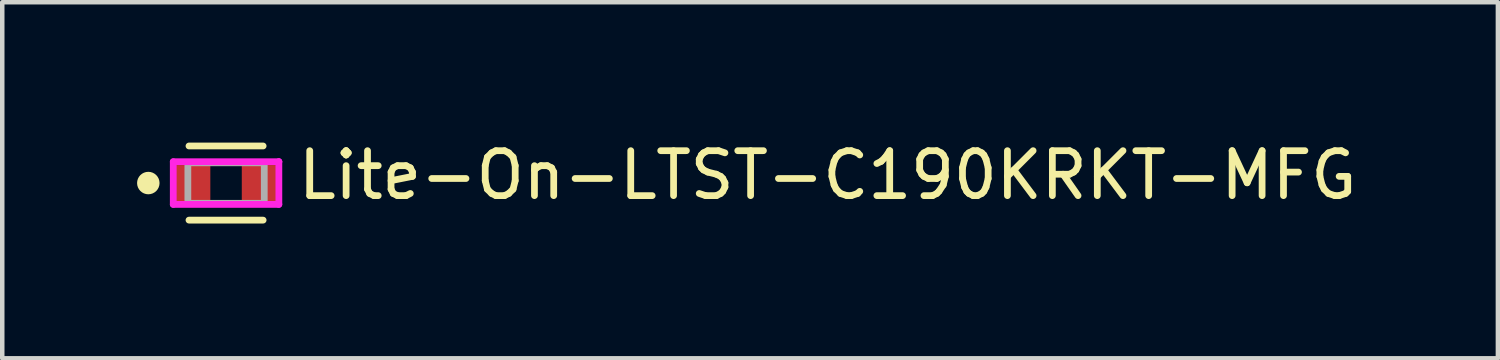
<source format=kicad_pcb>
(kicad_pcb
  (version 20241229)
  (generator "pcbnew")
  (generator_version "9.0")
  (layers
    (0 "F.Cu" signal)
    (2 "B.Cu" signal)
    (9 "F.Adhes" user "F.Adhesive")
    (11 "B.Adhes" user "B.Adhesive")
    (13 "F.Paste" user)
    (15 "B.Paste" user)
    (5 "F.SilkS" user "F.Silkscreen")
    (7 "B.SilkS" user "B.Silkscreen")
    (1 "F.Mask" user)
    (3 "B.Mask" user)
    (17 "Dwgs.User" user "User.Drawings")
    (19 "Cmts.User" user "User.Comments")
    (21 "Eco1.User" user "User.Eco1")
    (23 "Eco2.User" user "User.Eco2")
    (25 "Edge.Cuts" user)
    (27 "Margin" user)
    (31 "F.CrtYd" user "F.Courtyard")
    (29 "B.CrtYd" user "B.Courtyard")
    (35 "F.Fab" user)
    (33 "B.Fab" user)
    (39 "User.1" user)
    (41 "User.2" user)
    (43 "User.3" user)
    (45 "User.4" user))
  (footprint "Lite-On-LTST-C190KRKT-MFG"
    (layer "F.Cu")
    (at 1.98 1.023)
    (property "Reference" "Lite-On-LTST-C190KRKT-MFG" (at 1.525 -0.175 0) (layer "F.SilkS") (effects (font (size 1 1) (thickness 0.15)) (justify left)))
    (attr through_hole)
    (fp_line (start 0.825 -0.825) (end -0.825 -0.825) (stroke (width 0.15) (type solid)) (layer "F.SilkS"))
    (fp_line (start 0.825 0.825) (end -0.825 0.825) (stroke (width 0.15) (type solid)) (layer "F.SilkS"))
    (fp_circle (center -1.73 0) (end -1.605 0) (stroke (width 0.25) (type solid)) (fill no) (layer "F.SilkS"))
    (fp_line (start -1.175 -0.475) (end -1.175 0.475) (stroke (width 0.15) (type solid)) (layer "F.CrtYd"))
    (fp_line (start -1.175 0.475) (end 1.175 0.475) (stroke (width 0.15) (type solid)) (layer "F.CrtYd"))
    (fp_line (start 1.175 -0.475) (end -1.175 -0.475) (stroke (width 0.15) (type solid)) (layer "F.CrtYd"))
    (fp_line (start 1.175 -0.475) (end 1.175 -0.475) (stroke (width 0.15) (type solid)) (layer "F.CrtYd"))
    (fp_line (start 1.175 0.475) (end 1.175 -0.475) (stroke (width 0.15) (type solid)) (layer "F.CrtYd"))
    (fp_line (start -0.85 -0.45) (end 0.85 -0.45) (stroke (width 0.15) (type solid)) (layer "F.Fab"))
    (fp_line (start -0.85 0.45) (end -0.85 -0.45) (stroke (width 0.15) (type solid)) (layer "F.Fab"))
    (fp_line (start 0.85 -0.45) (end 0.85 0.45) (stroke (width 0.15) (type solid)) (layer "F.Fab"))
    (fp_line (start 0.85 0.45) (end -0.85 0.45) (stroke (width 0.15) (type solid)) (layer "F.Fab"))
    (pad "1" smd rect (at -0.75 0) (size 0.8 0.8) (layers "F.Cu" "F.Mask" "F.Paste"))
    (pad "2" smd rect (at 0.75 0) (size 0.8 0.8) (layers "F.Cu" "F.Mask" "F.Paste")))
  (gr_rect
    (start -3 -3)
    (end 30.279 4.923)
    (stroke (width 0.1) (type default))
    (fill no)
    (layer "Edge.Cuts")))
</source>
